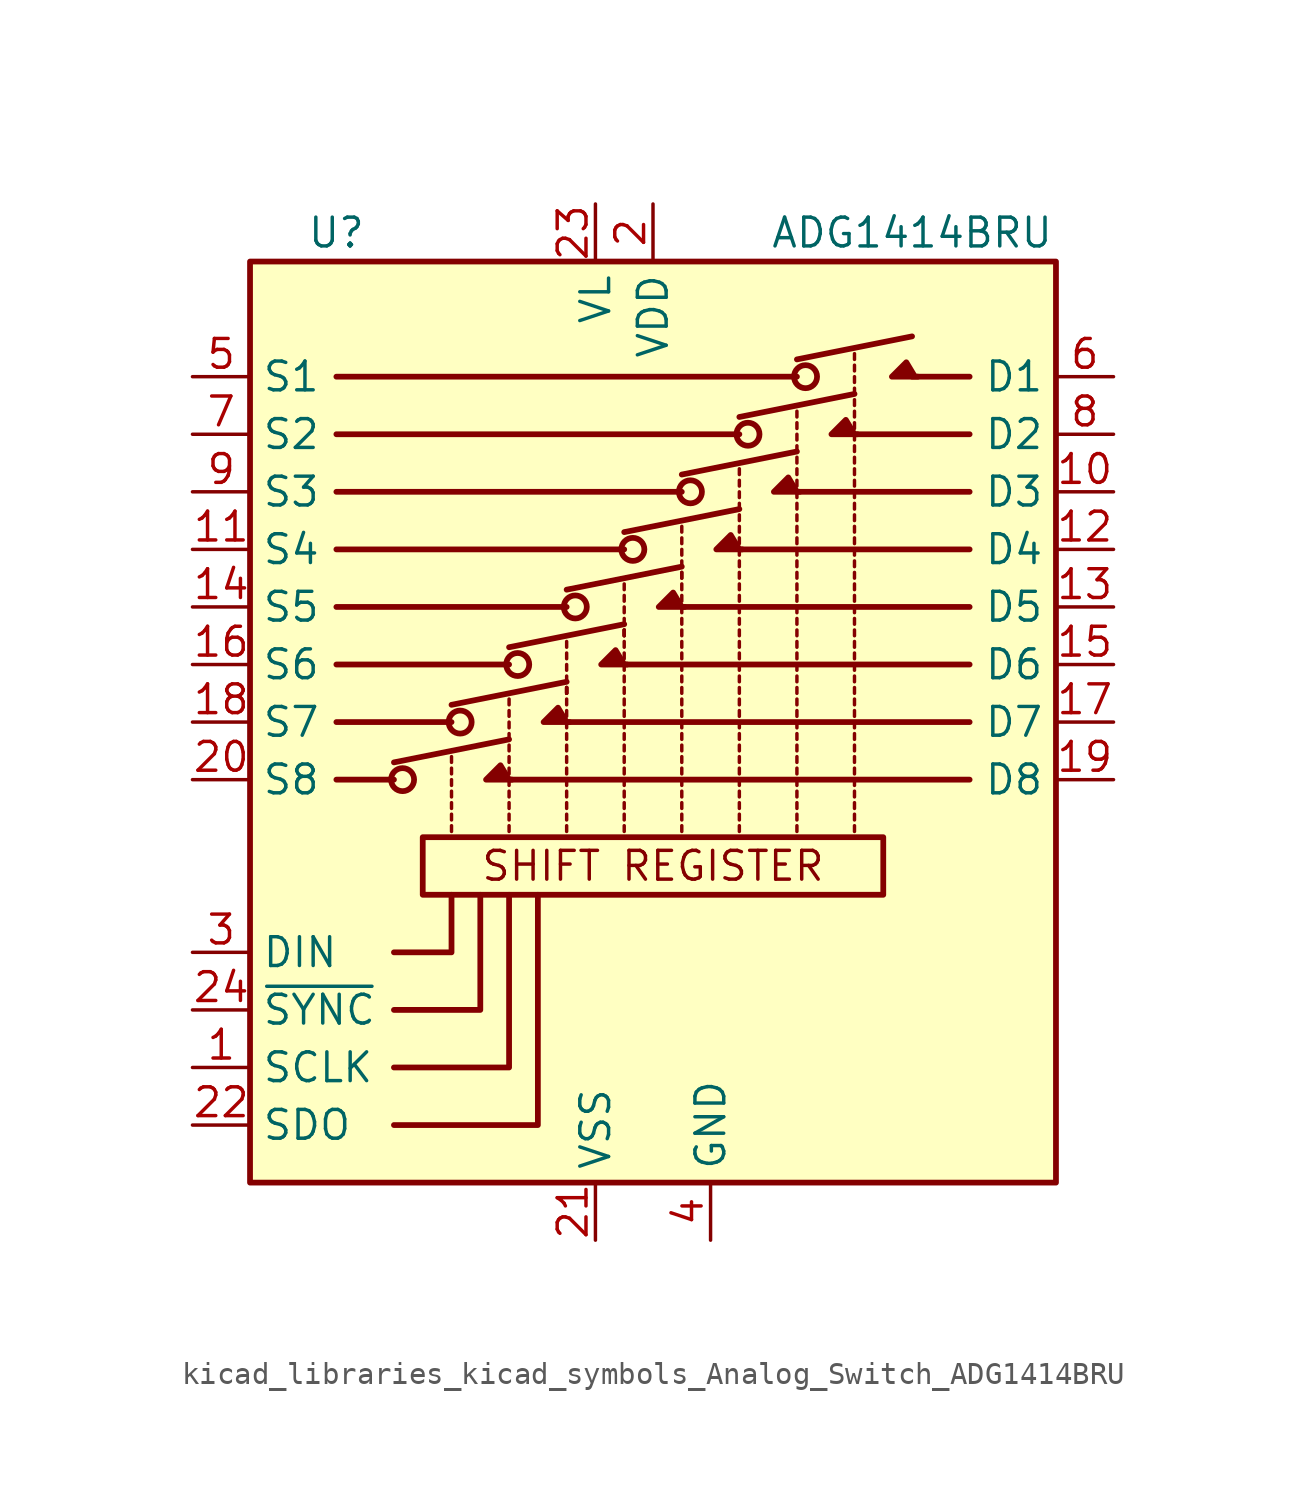
<source format=kicad_sym>
(kicad_symbol_lib
  (version 20220914)
  (generator kicad_symbol_editor)
  (symbol "kicad_libraries_kicad_symbols_Analog_Switch_ADG1414BRU"
    (property "Reference" "U"
      (at -13.97 21.59 0)
      (effects (font (size 1.27 1.27))))
    (property "Value" "ADG1414BRU"
      (at 11.43 21.59 0)
      (effects (font (size 1.27 1.27))))
    (symbol "kicad_libraries_kicad_symbols_Analog_Switch_ADG1414BRU_1_0"
      (polyline (pts (xy -11.43 -17.78) (xy -5.08 -17.78) (xy -5.08 -7.62)) (stroke (width 0.254) (type default)) (fill (type none)))
      (polyline (pts (xy -11.43 -15.24) (xy -6.35 -15.24) (xy -6.35 -7.62)) (stroke (width 0.254) (type default)) (fill (type none)))
      (polyline (pts (xy -11.43 -10.16) (xy -8.89 -10.16) (xy -8.89 -7.62)) (stroke (width 0.254) (type default)) (fill (type none)))
      (polyline (pts (xy -11.43 -12.7) (xy -7.62 -12.7) (xy -7.62 -10.16) (xy -7.62 -7.62)) (stroke (width 0.254) (type default)) (fill (type none)))
      (polyline (pts (xy -6.223 -2.54) (xy -7.366 -2.54) (xy -6.731 -1.905) (xy -6.35 -2.54)) (stroke (width 0.254) (type default)) (fill (type outline)))
      (polyline (pts (xy -3.683 0) (xy -4.826 0) (xy -4.191 0.635) (xy -3.81 0)) (stroke (width 0.254) (type default)) (fill (type outline)))
      (polyline (pts (xy -1.143 2.54) (xy -2.286 2.54) (xy -1.651 3.175) (xy -1.27 2.54)) (stroke (width 0.254) (type default)) (fill (type outline)))
      (polyline (pts (xy 1.397 5.08) (xy 0.254 5.08) (xy 0.889 5.715) (xy 1.27 5.08)) (stroke (width 0.254) (type default)) (fill (type outline)))
      (polyline (pts (xy 3.937 7.62) (xy 2.794 7.62) (xy 3.429 8.255) (xy 3.81 7.62)) (stroke (width 0.254) (type default)) (fill (type outline)))
      (polyline (pts (xy 6.477 10.16) (xy 5.334 10.16) (xy 5.969 10.795) (xy 6.35 10.16)) (stroke (width 0.254) (type default)) (fill (type outline)))
      (polyline (pts (xy 9.017 12.7) (xy 7.874 12.7) (xy 8.509 13.335) (xy 8.89 12.7)) (stroke (width 0.254) (type default)) (fill (type outline)))
      (polyline (pts (xy 11.684 15.24) (xy 10.541 15.24) (xy 11.176 15.875) (xy 11.557 15.24)) (stroke (width 0.254) (type default)) (fill (type outline)))
      (text "SHIFT REGISTER" (at 0 -6.35 0) (effects (font (size 1.27 1.27)))))
    (symbol "kicad_libraries_kicad_symbols_Analog_Switch_ADG1414BRU_1_1"
      (rectangle (start -17.78 -20.32) (end 17.78 20.32) (stroke (width 0.254) (type default)) (fill (type background)))
      (circle (center -11.049 -2.54) (radius 0.508) (stroke (width 0.254) (type default)) (fill (type none)))
      (rectangle (start -10.16 -5.08) (end 10.16 -7.62) (stroke (width 0.254) (type default)) (fill (type none)))
      (circle (center -8.509 0) (radius 0.508) (stroke (width 0.254) (type default)) (fill (type none)))
      (circle (center -5.969 2.54) (radius 0.508) (stroke (width 0.254) (type default)) (fill (type none)))
      (circle (center -3.429 5.08) (radius 0.508) (stroke (width 0.254) (type default)) (fill (type none)))
      (circle (center -0.889 7.62) (radius 0.508) (stroke (width 0.254) (type default)) (fill (type none)))
      (polyline (pts (xy -11.43 -2.54) (xy -13.97 -2.54)) (stroke (width 0.254) (type default)) (fill (type none)))
      (polyline (pts (xy -11.43 -1.778) (xy -6.35 -0.762)) (stroke (width 0.254) (type default)) (fill (type none)))
      (polyline (pts (xy -8.89 -4.826) (xy -8.89 -4.572)) (stroke (width 0) (type default)) (fill (type none)))
      (polyline (pts (xy -8.89 -4.318) (xy -8.89 -4.064)) (stroke (width 0) (type default)) (fill (type none)))
      (polyline (pts (xy -8.89 -3.81) (xy -8.89 -3.556)) (stroke (width 0) (type default)) (fill (type none)))
      (polyline (pts (xy -8.89 -3.302) (xy -8.89 -3.048)) (stroke (width 0) (type default)) (fill (type none)))
      (polyline (pts (xy -8.89 -2.794) (xy -8.89 -2.54)) (stroke (width 0) (type default)) (fill (type none)))
      (polyline (pts (xy -8.89 -2.286) (xy -8.89 -2.032)) (stroke (width 0) (type default)) (fill (type none)))
      (polyline (pts (xy -8.89 -1.778) (xy -8.89 -1.524)) (stroke (width 0) (type default)) (fill (type none)))
      (polyline (pts (xy -8.89 0) (xy -13.97 0)) (stroke (width 0.254) (type default)) (fill (type none)))
      (polyline (pts (xy -8.89 0.762) (xy -3.81 1.778)) (stroke (width 0.254) (type default)) (fill (type none)))
      (polyline (pts (xy -6.35 -4.826) (xy -6.35 -4.572)) (stroke (width 0) (type default)) (fill (type none)))
      (polyline (pts (xy -6.35 -4.318) (xy -6.35 -4.064)) (stroke (width 0) (type default)) (fill (type none)))
      (polyline (pts (xy -6.35 -3.81) (xy -6.35 -3.556)) (stroke (width 0) (type default)) (fill (type none)))
      (polyline (pts (xy -6.35 -3.302) (xy -6.35 -3.048)) (stroke (width 0) (type default)) (fill (type none)))
      (polyline (pts (xy -6.35 -2.794) (xy -6.35 -2.54)) (stroke (width 0) (type default)) (fill (type none)))
      (polyline (pts (xy -6.35 -2.54) (xy 13.97 -2.54)) (stroke (width 0.254) (type default)) (fill (type none)))
      (polyline (pts (xy -6.35 -2.286) (xy -6.35 -2.032)) (stroke (width 0) (type default)) (fill (type none)))
      (polyline (pts (xy -6.35 -1.778) (xy -6.35 -1.524)) (stroke (width 0) (type default)) (fill (type none)))
      (polyline (pts (xy -6.35 -1.27) (xy -6.35 -1.016)) (stroke (width 0) (type default)) (fill (type none)))
      (polyline (pts (xy -6.35 -0.762) (xy -6.35 -0.508)) (stroke (width 0) (type default)) (fill (type none)))
      (polyline (pts (xy -6.35 -0.254) (xy -6.35 0)) (stroke (width 0) (type default)) (fill (type none)))
      (polyline (pts (xy -6.35 0.254) (xy -6.35 0.508)) (stroke (width 0) (type default)) (fill (type none)))
      (polyline (pts (xy -6.35 0.762) (xy -6.35 1.016)) (stroke (width 0) (type default)) (fill (type none)))
      (polyline (pts (xy -6.35 2.54) (xy -13.97 2.54)) (stroke (width 0.254) (type default)) (fill (type none)))
      (polyline (pts (xy -6.35 3.302) (xy -1.27 4.318)) (stroke (width 0.254) (type default)) (fill (type none)))
      (polyline (pts (xy -3.81 -4.826) (xy -3.81 -4.572)) (stroke (width 0) (type default)) (fill (type none)))
      (polyline (pts (xy -3.81 -4.318) (xy -3.81 -4.064)) (stroke (width 0) (type default)) (fill (type none)))
      (polyline (pts (xy -3.81 -3.81) (xy -3.81 -3.556)) (stroke (width 0) (type default)) (fill (type none)))
      (polyline (pts (xy -3.81 -3.302) (xy -3.81 -3.048)) (stroke (width 0) (type default)) (fill (type none)))
      (polyline (pts (xy -3.81 -2.794) (xy -3.81 -2.54)) (stroke (width 0) (type default)) (fill (type none)))
      (polyline (pts (xy -3.81 -2.286) (xy -3.81 -2.032)) (stroke (width 0) (type default)) (fill (type none)))
      (polyline (pts (xy -3.81 -1.778) (xy -3.81 -1.524)) (stroke (width 0) (type default)) (fill (type none)))
      (polyline (pts (xy -3.81 -1.27) (xy -3.81 -1.016)) (stroke (width 0) (type default)) (fill (type none)))
      (polyline (pts (xy -3.81 -0.762) (xy -3.81 -0.508)) (stroke (width 0) (type default)) (fill (type none)))
      (polyline (pts (xy -3.81 -0.254) (xy -3.81 0)) (stroke (width 0) (type default)) (fill (type none)))
      (polyline (pts (xy -3.81 0) (xy 13.97 0)) (stroke (width 0.254) (type default)) (fill (type none)))
      (polyline (pts (xy -3.81 0.254) (xy -3.81 0.508)) (stroke (width 0) (type default)) (fill (type none)))
      (polyline (pts (xy -3.81 0.762) (xy -3.81 1.016)) (stroke (width 0) (type default)) (fill (type none)))
      (polyline (pts (xy -3.81 1.27) (xy -3.81 1.524)) (stroke (width 0) (type default)) (fill (type none)))
      (polyline (pts (xy -3.81 1.27) (xy -3.81 1.524)) (stroke (width 0) (type default)) (fill (type none)))
      (polyline (pts (xy -3.81 1.27) (xy -3.81 1.524)) (stroke (width 0) (type default)) (fill (type none)))
      (polyline (pts (xy -3.81 1.27) (xy -3.81 1.524)) (stroke (width 0) (type default)) (fill (type none)))
      (polyline (pts (xy -3.81 1.778) (xy -3.81 2.032)) (stroke (width 0) (type default)) (fill (type none)))
      (polyline (pts (xy -3.81 2.286) (xy -3.81 2.54)) (stroke (width 0) (type default)) (fill (type none)))
      (polyline (pts (xy -3.81 2.794) (xy -3.81 3.048)) (stroke (width 0) (type default)) (fill (type none)))
      (polyline (pts (xy -3.81 3.302) (xy -3.81 3.556)) (stroke (width 0) (type default)) (fill (type none)))
      (polyline (pts (xy -3.81 5.08) (xy -13.97 5.08)) (stroke (width 0.254) (type default)) (fill (type none)))
      (polyline (pts (xy -3.81 5.842) (xy 1.27 6.858)) (stroke (width 0.254) (type default)) (fill (type none)))
      (polyline (pts (xy -1.27 -4.826) (xy -1.27 -4.572)) (stroke (width 0) (type default)) (fill (type none)))
      (polyline (pts (xy -1.27 -4.318) (xy -1.27 -4.064)) (stroke (width 0) (type default)) (fill (type none)))
      (polyline (pts (xy -1.27 -3.81) (xy -1.27 -3.556)) (stroke (width 0) (type default)) (fill (type none)))
      (polyline (pts (xy -1.27 -3.302) (xy -1.27 -3.048)) (stroke (width 0) (type default)) (fill (type none)))
      (polyline (pts (xy -1.27 -2.794) (xy -1.27 -2.54)) (stroke (width 0) (type default)) (fill (type none)))
      (polyline (pts (xy -1.27 -2.286) (xy -1.27 -2.032)) (stroke (width 0) (type default)) (fill (type none)))
      (polyline (pts (xy -1.27 -1.778) (xy -1.27 -1.524)) (stroke (width 0) (type default)) (fill (type none)))
      (polyline (pts (xy -1.27 -1.27) (xy -1.27 -1.016)) (stroke (width 0) (type default)) (fill (type none)))
      (polyline (pts (xy -1.27 -0.762) (xy -1.27 -0.508)) (stroke (width 0) (type default)) (fill (type none)))
      (polyline (pts (xy -1.27 -0.254) (xy -1.27 0)) (stroke (width 0) (type default)) (fill (type none)))
      (polyline (pts (xy -1.27 0.254) (xy -1.27 0.508)) (stroke (width 0) (type default)) (fill (type none)))
      (polyline (pts (xy -1.27 0.762) (xy -1.27 1.016)) (stroke (width 0) (type default)) (fill (type none)))
      (polyline (pts (xy -1.27 1.27) (xy -1.27 1.524)) (stroke (width 0) (type default)) (fill (type none)))
      (polyline (pts (xy -1.27 1.778) (xy -1.27 2.032)) (stroke (width 0) (type default)) (fill (type none)))
      (polyline (pts (xy -1.27 2.286) (xy -1.27 2.54)) (stroke (width 0) (type default)) (fill (type none)))
      (polyline (pts (xy -1.27 2.54) (xy 13.97 2.54)) (stroke (width 0.254) (type default)) (fill (type none)))
      (polyline (pts (xy -1.27 2.794) (xy -1.27 3.048)) (stroke (width 0) (type default)) (fill (type none)))
      (polyline (pts (xy -1.27 3.302) (xy -1.27 3.556)) (stroke (width 0) (type default)) (fill (type none)))
      (polyline (pts (xy -1.27 3.81) (xy -1.27 4.064)) (stroke (width 0) (type default)) (fill (type none)))
      (polyline (pts (xy -1.27 3.81) (xy -1.27 4.064)) (stroke (width 0) (type default)) (fill (type none)))
      (polyline (pts (xy -1.27 3.81) (xy -1.27 4.064)) (stroke (width 0) (type default)) (fill (type none)))
      (polyline (pts (xy -1.27 4.318) (xy -1.27 4.572)) (stroke (width 0) (type default)) (fill (type none)))
      (polyline (pts (xy -1.27 4.826) (xy -1.27 5.08)) (stroke (width 0) (type default)) (fill (type none)))
      (polyline (pts (xy -1.27 5.334) (xy -1.27 5.588)) (stroke (width 0) (type default)) (fill (type none)))
      (polyline (pts (xy -1.27 5.842) (xy -1.27 6.096)) (stroke (width 0) (type default)) (fill (type none)))
      (polyline (pts (xy -1.27 7.62) (xy -13.97 7.62)) (stroke (width 0.254) (type default)) (fill (type none)))
      (polyline (pts (xy -1.27 8.382) (xy 3.81 9.398)) (stroke (width 0.254) (type default)) (fill (type none)))
      (polyline (pts (xy 1.27 -4.826) (xy 1.27 -4.572)) (stroke (width 0) (type default)) (fill (type none)))
      (polyline (pts (xy 1.27 -4.318) (xy 1.27 -4.064)) (stroke (width 0) (type default)) (fill (type none)))
      (polyline (pts (xy 1.27 -3.81) (xy 1.27 -3.556)) (stroke (width 0) (type default)) (fill (type none)))
      (polyline (pts (xy 1.27 -3.302) (xy 1.27 -3.048)) (stroke (width 0) (type default)) (fill (type none)))
      (polyline (pts (xy 1.27 -2.794) (xy 1.27 -2.54)) (stroke (width 0) (type default)) (fill (type none)))
      (polyline (pts (xy 1.27 -2.286) (xy 1.27 -2.032)) (stroke (width 0) (type default)) (fill (type none)))
      (polyline (pts (xy 1.27 -1.778) (xy 1.27 -1.524)) (stroke (width 0) (type default)) (fill (type none)))
      (polyline (pts (xy 1.27 -1.27) (xy 1.27 -1.016)) (stroke (width 0) (type default)) (fill (type none)))
      (polyline (pts (xy 1.27 -0.762) (xy 1.27 -0.508)) (stroke (width 0) (type default)) (fill (type none)))
      (polyline (pts (xy 1.27 -0.254) (xy 1.27 0)) (stroke (width 0) (type default)) (fill (type none)))
      (polyline (pts (xy 1.27 0.254) (xy 1.27 0.508)) (stroke (width 0) (type default)) (fill (type none)))
      (polyline (pts (xy 1.27 0.762) (xy 1.27 1.016)) (stroke (width 0) (type default)) (fill (type none)))
      (polyline (pts (xy 1.27 1.27) (xy 1.27 1.524)) (stroke (width 0) (type default)) (fill (type none)))
      (polyline (pts (xy 1.27 1.778) (xy 1.27 2.032)) (stroke (width 0) (type default)) (fill (type none)))
      (polyline (pts (xy 1.27 2.286) (xy 1.27 2.54)) (stroke (width 0) (type default)) (fill (type none)))
      (polyline (pts (xy 1.27 2.794) (xy 1.27 3.048)) (stroke (width 0) (type default)) (fill (type none)))
      (polyline (pts (xy 1.27 3.302) (xy 1.27 3.556)) (stroke (width 0) (type default)) (fill (type none)))
      (polyline (pts (xy 1.27 3.81) (xy 1.27 4.064)) (stroke (width 0) (type default)) (fill (type none)))
      (polyline (pts (xy 1.27 4.318) (xy 1.27 4.572)) (stroke (width 0) (type default)) (fill (type none)))
      (polyline (pts (xy 1.27 4.826) (xy 1.27 5.08)) (stroke (width 0) (type default)) (fill (type none)))
      (polyline (pts (xy 1.27 5.08) (xy 13.97 5.08)) (stroke (width 0.254) (type default)) (fill (type none)))
      (polyline (pts (xy 1.27 5.334) (xy 1.27 5.588)) (stroke (width 0) (type default)) (fill (type none)))
      (polyline (pts (xy 1.27 5.842) (xy 1.27 6.096)) (stroke (width 0) (type default)) (fill (type none)))
      (polyline (pts (xy 1.27 6.35) (xy 1.27 6.604)) (stroke (width 0) (type default)) (fill (type none)))
      (polyline (pts (xy 1.27 6.35) (xy 1.27 6.604)) (stroke (width 0) (type default)) (fill (type none)))
      (polyline (pts (xy 1.27 6.858) (xy 1.27 7.112)) (stroke (width 0) (type default)) (fill (type none)))
      (polyline (pts (xy 1.27 7.366) (xy 1.27 7.62)) (stroke (width 0) (type default)) (fill (type none)))
      (polyline (pts (xy 1.27 7.874) (xy 1.27 8.128)) (stroke (width 0) (type default)) (fill (type none)))
      (polyline (pts (xy 1.27 8.382) (xy 1.27 8.636)) (stroke (width 0) (type default)) (fill (type none)))
      (polyline (pts (xy 1.27 10.16) (xy -13.97 10.16)) (stroke (width 0.254) (type default)) (fill (type none)))
      (polyline (pts (xy 1.27 10.922) (xy 6.35 11.938)) (stroke (width 0.254) (type default)) (fill (type none)))
      (polyline (pts (xy 3.81 -4.826) (xy 3.81 -4.572)) (stroke (width 0) (type default)) (fill (type none)))
      (polyline (pts (xy 3.81 -4.318) (xy 3.81 -4.064)) (stroke (width 0) (type default)) (fill (type none)))
      (polyline (pts (xy 3.81 -3.81) (xy 3.81 -3.556)) (stroke (width 0) (type default)) (fill (type none)))
      (polyline (pts (xy 3.81 -3.302) (xy 3.81 -3.048)) (stroke (width 0) (type default)) (fill (type none)))
      (polyline (pts (xy 3.81 -2.794) (xy 3.81 -2.54)) (stroke (width 0) (type default)) (fill (type none)))
      (polyline (pts (xy 3.81 -2.286) (xy 3.81 -2.032)) (stroke (width 0) (type default)) (fill (type none)))
      (polyline (pts (xy 3.81 -1.778) (xy 3.81 -1.524)) (stroke (width 0) (type default)) (fill (type none)))
      (polyline (pts (xy 3.81 -1.27) (xy 3.81 -1.016)) (stroke (width 0) (type default)) (fill (type none)))
      (polyline (pts (xy 3.81 -0.762) (xy 3.81 -0.508)) (stroke (width 0) (type default)) (fill (type none)))
      (polyline (pts (xy 3.81 -0.254) (xy 3.81 0)) (stroke (width 0) (type default)) (fill (type none)))
      (polyline (pts (xy 3.81 0.254) (xy 3.81 0.508)) (stroke (width 0) (type default)) (fill (type none)))
      (polyline (pts (xy 3.81 0.762) (xy 3.81 1.016)) (stroke (width 0) (type default)) (fill (type none)))
      (polyline (pts (xy 3.81 1.27) (xy 3.81 1.524)) (stroke (width 0) (type default)) (fill (type none)))
      (polyline (pts (xy 3.81 1.778) (xy 3.81 2.032)) (stroke (width 0) (type default)) (fill (type none)))
      (polyline (pts (xy 3.81 2.286) (xy 3.81 2.54)) (stroke (width 0) (type default)) (fill (type none)))
      (polyline (pts (xy 3.81 2.794) (xy 3.81 3.048)) (stroke (width 0) (type default)) (fill (type none)))
      (polyline (pts (xy 3.81 3.302) (xy 3.81 3.556)) (stroke (width 0) (type default)) (fill (type none)))
      (polyline (pts (xy 3.81 3.81) (xy 3.81 4.064)) (stroke (width 0) (type default)) (fill (type none)))
      (polyline (pts (xy 3.81 4.318) (xy 3.81 4.572)) (stroke (width 0) (type default)) (fill (type none)))
      (polyline (pts (xy 3.81 4.826) (xy 3.81 5.08)) (stroke (width 0) (type default)) (fill (type none)))
      (polyline (pts (xy 3.81 5.334) (xy 3.81 5.588)) (stroke (width 0) (type default)) (fill (type none)))
      (polyline (pts (xy 3.81 5.842) (xy 3.81 6.096)) (stroke (width 0) (type default)) (fill (type none)))
      (polyline (pts (xy 3.81 6.35) (xy 3.81 6.604)) (stroke (width 0) (type default)) (fill (type none)))
      (polyline (pts (xy 3.81 6.858) (xy 3.81 7.112)) (stroke (width 0) (type default)) (fill (type none)))
      (polyline (pts (xy 3.81 7.366) (xy 3.81 7.62)) (stroke (width 0) (type default)) (fill (type none)))
      (polyline (pts (xy 3.81 7.62) (xy 13.97 7.62)) (stroke (width 0.254) (type default)) (fill (type none)))
      (polyline (pts (xy 3.81 7.874) (xy 3.81 8.128)) (stroke (width 0) (type default)) (fill (type none)))
      (polyline (pts (xy 3.81 8.382) (xy 3.81 8.636)) (stroke (width 0) (type default)) (fill (type none)))
      (polyline (pts (xy 3.81 8.89) (xy 3.81 9.144)) (stroke (width 0) (type default)) (fill (type none)))
      (polyline (pts (xy 3.81 9.398) (xy 3.81 9.652)) (stroke (width 0) (type default)) (fill (type none)))
      (polyline (pts (xy 3.81 9.906) (xy 3.81 10.16)) (stroke (width 0) (type default)) (fill (type none)))
      (polyline (pts (xy 3.81 10.414) (xy 3.81 10.668)) (stroke (width 0) (type default)) (fill (type none)))
      (polyline (pts (xy 3.81 10.922) (xy 3.81 11.176)) (stroke (width 0) (type default)) (fill (type none)))
      (polyline (pts (xy 3.81 12.7) (xy -13.97 12.7)) (stroke (width 0.254) (type default)) (fill (type none)))
      (polyline (pts (xy 3.81 13.462) (xy 8.89 14.478)) (stroke (width 0.254) (type default)) (fill (type none)))
      (polyline (pts (xy 6.35 -4.826) (xy 6.35 -4.572)) (stroke (width 0) (type default)) (fill (type none)))
      (polyline (pts (xy 6.35 -4.318) (xy 6.35 -4.064)) (stroke (width 0) (type default)) (fill (type none)))
      (polyline (pts (xy 6.35 -3.81) (xy 6.35 -3.556)) (stroke (width 0) (type default)) (fill (type none)))
      (polyline (pts (xy 6.35 -3.302) (xy 6.35 -3.048)) (stroke (width 0) (type default)) (fill (type none)))
      (polyline (pts (xy 6.35 -2.794) (xy 6.35 -2.54)) (stroke (width 0) (type default)) (fill (type none)))
      (polyline (pts (xy 6.35 -2.286) (xy 6.35 -2.032)) (stroke (width 0) (type default)) (fill (type none)))
      (polyline (pts (xy 6.35 -1.778) (xy 6.35 -1.524)) (stroke (width 0) (type default)) (fill (type none)))
      (polyline (pts (xy 6.35 -1.27) (xy 6.35 -1.016)) (stroke (width 0) (type default)) (fill (type none)))
      (polyline (pts (xy 6.35 -0.762) (xy 6.35 -0.508)) (stroke (width 0) (type default)) (fill (type none)))
      (polyline (pts (xy 6.35 -0.254) (xy 6.35 0)) (stroke (width 0) (type default)) (fill (type none)))
      (polyline (pts (xy 6.35 0.254) (xy 6.35 0.508)) (stroke (width 0) (type default)) (fill (type none)))
      (polyline (pts (xy 6.35 0.762) (xy 6.35 1.016)) (stroke (width 0) (type default)) (fill (type none)))
      (polyline (pts (xy 6.35 1.27) (xy 6.35 1.524)) (stroke (width 0) (type default)) (fill (type none)))
      (polyline (pts (xy 6.35 1.778) (xy 6.35 2.032)) (stroke (width 0) (type default)) (fill (type none)))
      (polyline (pts (xy 6.35 2.286) (xy 6.35 2.54)) (stroke (width 0) (type default)) (fill (type none)))
      (polyline (pts (xy 6.35 2.794) (xy 6.35 3.048)) (stroke (width 0) (type default)) (fill (type none)))
      (polyline (pts (xy 6.35 3.302) (xy 6.35 3.556)) (stroke (width 0) (type default)) (fill (type none)))
      (polyline (pts (xy 6.35 3.81) (xy 6.35 4.064)) (stroke (width 0) (type default)) (fill (type none)))
      (polyline (pts (xy 6.35 4.318) (xy 6.35 4.572)) (stroke (width 0) (type default)) (fill (type none)))
      (polyline (pts (xy 6.35 4.826) (xy 6.35 5.08)) (stroke (width 0) (type default)) (fill (type none)))
      (polyline (pts (xy 6.35 5.334) (xy 6.35 5.588)) (stroke (width 0) (type default)) (fill (type none)))
      (polyline (pts (xy 6.35 5.842) (xy 6.35 6.096)) (stroke (width 0) (type default)) (fill (type none)))
      (polyline (pts (xy 6.35 6.35) (xy 6.35 6.604)) (stroke (width 0) (type default)) (fill (type none)))
      (polyline (pts (xy 6.35 6.858) (xy 6.35 7.112)) (stroke (width 0) (type default)) (fill (type none)))
      (polyline (pts (xy 6.35 7.366) (xy 6.35 7.62)) (stroke (width 0) (type default)) (fill (type none)))
      (polyline (pts (xy 6.35 7.874) (xy 6.35 8.128)) (stroke (width 0) (type default)) (fill (type none)))
      (polyline (pts (xy 6.35 8.382) (xy 6.35 8.636)) (stroke (width 0) (type default)) (fill (type none)))
      (polyline (pts (xy 6.35 8.89) (xy 6.35 9.144)) (stroke (width 0) (type default)) (fill (type none)))
      (polyline (pts (xy 6.35 9.398) (xy 6.35 9.652)) (stroke (width 0) (type default)) (fill (type none)))
      (polyline (pts (xy 6.35 9.906) (xy 6.35 10.16)) (stroke (width 0) (type default)) (fill (type none)))
      (polyline (pts (xy 6.35 10.16) (xy 13.97 10.16)) (stroke (width 0.254) (type default)) (fill (type none)))
      (polyline (pts (xy 6.35 10.414) (xy 6.35 10.668)) (stroke (width 0) (type default)) (fill (type none)))
      (polyline (pts (xy 6.35 10.922) (xy 6.35 11.176)) (stroke (width 0) (type default)) (fill (type none)))
      (polyline (pts (xy 6.35 11.43) (xy 6.35 11.684)) (stroke (width 0) (type default)) (fill (type none)))
      (polyline (pts (xy 6.35 11.938) (xy 6.35 12.192)) (stroke (width 0) (type default)) (fill (type none)))
      (polyline (pts (xy 6.35 12.446) (xy 6.35 12.7)) (stroke (width 0) (type default)) (fill (type none)))
      (polyline (pts (xy 6.35 12.954) (xy 6.35 13.208)) (stroke (width 0) (type default)) (fill (type none)))
      (polyline (pts (xy 6.35 13.462) (xy 6.35 13.716)) (stroke (width 0) (type default)) (fill (type none)))
      (polyline (pts (xy 6.35 15.24) (xy -13.97 15.24)) (stroke (width 0.254) (type default)) (fill (type none)))
      (polyline (pts (xy 6.35 16.002) (xy 11.43 17.018)) (stroke (width 0.254) (type default)) (fill (type none)))
      (polyline (pts (xy 8.89 -4.826) (xy 8.89 -4.572)) (stroke (width 0) (type default)) (fill (type none)))
      (polyline (pts (xy 8.89 -4.318) (xy 8.89 -4.064)) (stroke (width 0) (type default)) (fill (type none)))
      (polyline (pts (xy 8.89 -3.81) (xy 8.89 -3.556)) (stroke (width 0) (type default)) (fill (type none)))
      (polyline (pts (xy 8.89 -3.302) (xy 8.89 -3.048)) (stroke (width 0) (type default)) (fill (type none)))
      (polyline (pts (xy 8.89 -2.794) (xy 8.89 -2.54)) (stroke (width 0) (type default)) (fill (type none)))
      (polyline (pts (xy 8.89 -2.286) (xy 8.89 -2.032)) (stroke (width 0) (type default)) (fill (type none)))
      (polyline (pts (xy 8.89 -1.778) (xy 8.89 -1.524)) (stroke (width 0) (type default)) (fill (type none)))
      (polyline (pts (xy 8.89 -1.27) (xy 8.89 -1.016)) (stroke (width 0) (type default)) (fill (type none)))
      (polyline (pts (xy 8.89 -0.762) (xy 8.89 -0.508)) (stroke (width 0) (type default)) (fill (type none)))
      (polyline (pts (xy 8.89 -0.254) (xy 8.89 0)) (stroke (width 0) (type default)) (fill (type none)))
      (polyline (pts (xy 8.89 0.254) (xy 8.89 0.508)) (stroke (width 0) (type default)) (fill (type none)))
      (polyline (pts (xy 8.89 0.762) (xy 8.89 1.016)) (stroke (width 0) (type default)) (fill (type none)))
      (polyline (pts (xy 8.89 1.27) (xy 8.89 1.524)) (stroke (width 0) (type default)) (fill (type none)))
      (polyline (pts (xy 8.89 1.778) (xy 8.89 2.032)) (stroke (width 0) (type default)) (fill (type none)))
      (polyline (pts (xy 8.89 2.286) (xy 8.89 2.54)) (stroke (width 0) (type default)) (fill (type none)))
      (polyline (pts (xy 8.89 2.794) (xy 8.89 3.048)) (stroke (width 0) (type default)) (fill (type none)))
      (polyline (pts (xy 8.89 3.302) (xy 8.89 3.556)) (stroke (width 0) (type default)) (fill (type none)))
      (polyline (pts (xy 8.89 3.81) (xy 8.89 4.064)) (stroke (width 0) (type default)) (fill (type none)))
      (polyline (pts (xy 8.89 4.318) (xy 8.89 4.572)) (stroke (width 0) (type default)) (fill (type none)))
      (polyline (pts (xy 8.89 4.826) (xy 8.89 5.08)) (stroke (width 0) (type default)) (fill (type none)))
      (polyline (pts (xy 8.89 5.334) (xy 8.89 5.588)) (stroke (width 0) (type default)) (fill (type none)))
      (polyline (pts (xy 8.89 5.842) (xy 8.89 6.096)) (stroke (width 0) (type default)) (fill (type none)))
      (polyline (pts (xy 8.89 6.35) (xy 8.89 6.604)) (stroke (width 0) (type default)) (fill (type none)))
      (polyline (pts (xy 8.89 6.858) (xy 8.89 7.112)) (stroke (width 0) (type default)) (fill (type none)))
      (polyline (pts (xy 8.89 7.366) (xy 8.89 7.62)) (stroke (width 0) (type default)) (fill (type none)))
      (polyline (pts (xy 8.89 7.874) (xy 8.89 8.128)) (stroke (width 0) (type default)) (fill (type none)))
      (polyline (pts (xy 8.89 8.382) (xy 8.89 8.636)) (stroke (width 0) (type default)) (fill (type none)))
      (polyline (pts (xy 8.89 8.89) (xy 8.89 9.144)) (stroke (width 0) (type default)) (fill (type none)))
      (polyline (pts (xy 8.89 9.398) (xy 8.89 9.652)) (stroke (width 0) (type default)) (fill (type none)))
      (polyline (pts (xy 8.89 9.906) (xy 8.89 10.16)) (stroke (width 0) (type default)) (fill (type none)))
      (polyline (pts (xy 8.89 10.414) (xy 8.89 10.668)) (stroke (width 0) (type default)) (fill (type none)))
      (polyline (pts (xy 8.89 10.922) (xy 8.89 11.176)) (stroke (width 0) (type default)) (fill (type none)))
      (polyline (pts (xy 8.89 11.43) (xy 8.89 11.684)) (stroke (width 0) (type default)) (fill (type none)))
      (polyline (pts (xy 8.89 11.938) (xy 8.89 12.192)) (stroke (width 0) (type default)) (fill (type none)))
      (polyline (pts (xy 8.89 12.446) (xy 8.89 12.7)) (stroke (width 0) (type default)) (fill (type none)))
      (polyline (pts (xy 8.89 12.7) (xy 13.97 12.7)) (stroke (width 0.254) (type default)) (fill (type none)))
      (polyline (pts (xy 8.89 12.954) (xy 8.89 13.208)) (stroke (width 0) (type default)) (fill (type none)))
      (polyline (pts (xy 8.89 13.462) (xy 8.89 13.716)) (stroke (width 0) (type default)) (fill (type none)))
      (polyline (pts (xy 8.89 13.97) (xy 8.89 14.224)) (stroke (width 0) (type default)) (fill (type none)))
      (polyline (pts (xy 8.89 14.478) (xy 8.89 14.732)) (stroke (width 0) (type default)) (fill (type none)))
      (polyline (pts (xy 8.89 14.986) (xy 8.89 15.24)) (stroke (width 0) (type default)) (fill (type none)))
      (polyline (pts (xy 8.89 15.494) (xy 8.89 15.748)) (stroke (width 0) (type default)) (fill (type none)))
      (polyline (pts (xy 8.89 16.002) (xy 8.89 16.256)) (stroke (width 0) (type default)) (fill (type none)))
      (polyline (pts (xy 11.43 15.24) (xy 13.97 15.24)) (stroke (width 0.254) (type default)) (fill (type none)))
      (circle (center 1.651 10.16) (radius 0.508) (stroke (width 0.254) (type default)) (fill (type none)))
      (circle (center 4.191 12.7) (radius 0.508) (stroke (width 0.254) (type default)) (fill (type none)))
      (circle (center 6.731 15.24) (radius 0.508) (stroke (width 0.254) (type default)) (fill (type none)))
      (pin input line (at -20.32 -15.24 0) (length 2.54) (name "SCLK" (effects (font (size 1.27 1.27)))) (number "1" (effects (font (size 1.27 1.27)))))
      (pin passive line (at 20.32 10.16 180) (length 2.54) (name "D3" (effects (font (size 1.27 1.27)))) (number "10" (effects (font (size 1.27 1.27)))))
      (pin passive line (at -20.32 7.62 0) (length 2.54) (name "S4" (effects (font (size 1.27 1.27)))) (number "11" (effects (font (size 1.27 1.27)))))
      (pin passive line (at 20.32 7.62 180) (length 2.54) (name "D4" (effects (font (size 1.27 1.27)))) (number "12" (effects (font (size 1.27 1.27)))))
      (pin passive line (at 20.32 5.08 180) (length 2.54) (name "D5" (effects (font (size 1.27 1.27)))) (number "13" (effects (font (size 1.27 1.27)))))
      (pin passive line (at -20.32 5.08 0) (length 2.54) (name "S5" (effects (font (size 1.27 1.27)))) (number "14" (effects (font (size 1.27 1.27)))))
      (pin passive line (at 20.32 2.54 180) (length 2.54) (name "D6" (effects (font (size 1.27 1.27)))) (number "15" (effects (font (size 1.27 1.27)))))
      (pin passive line (at -20.32 2.54 0) (length 2.54) (name "S6" (effects (font (size 1.27 1.27)))) (number "16" (effects (font (size 1.27 1.27)))))
      (pin passive line (at 20.32 0 180) (length 2.54) (name "D7" (effects (font (size 1.27 1.27)))) (number "17" (effects (font (size 1.27 1.27)))))
      (pin passive line (at -20.32 0 0) (length 2.54) (name "S7" (effects (font (size 1.27 1.27)))) (number "18" (effects (font (size 1.27 1.27)))))
      (pin passive line (at 20.32 -2.54 180) (length 2.54) (name "D8" (effects (font (size 1.27 1.27)))) (number "19" (effects (font (size 1.27 1.27)))))
      (pin power_in line (at 0 22.86 270) (length 2.54) (name "VDD" (effects (font (size 1.27 1.27)))) (number "2" (effects (font (size 1.27 1.27)))))
      (pin passive line (at -20.32 -2.54 0) (length 2.54) (name "S8" (effects (font (size 1.27 1.27)))) (number "20" (effects (font (size 1.27 1.27)))))
      (pin power_in line (at -2.54 -22.86 90) (length 2.54) (name "VSS" (effects (font (size 1.27 1.27)))) (number "21" (effects (font (size 1.27 1.27)))))
      (pin open_collector line (at -20.32 -17.78 0) (length 2.54) (name "SDO" (effects (font (size 1.27 1.27)))) (number "22" (effects (font (size 1.27 1.27)))))
      (pin power_in line (at -2.54 22.86 270) (length 2.54) (name "VL" (effects (font (size 1.27 1.27)))) (number "23" (effects (font (size 1.27 1.27)))))
      (pin input line (at -20.32 -12.7 0) (length 2.54) (name "~{SYNC}" (effects (font (size 1.27 1.27)))) (number "24" (effects (font (size 1.27 1.27)))))
      (pin input line (at -20.32 -10.16 0) (length 2.54) (name "DIN" (effects (font (size 1.27 1.27)))) (number "3" (effects (font (size 1.27 1.27)))))
      (pin power_in line (at 2.54 -22.86 90) (length 2.54) (name "GND" (effects (font (size 1.27 1.27)))) (number "4" (effects (font (size 1.27 1.27)))))
      (pin passive line (at -20.32 15.24 0) (length 2.54) (name "S1" (effects (font (size 1.27 1.27)))) (number "5" (effects (font (size 1.27 1.27)))))
      (pin passive line (at 20.32 15.24 180) (length 2.54) (name "D1" (effects (font (size 1.27 1.27)))) (number "6" (effects (font (size 1.27 1.27)))))
      (pin passive line (at -20.32 12.7 0) (length 2.54) (name "S2" (effects (font (size 1.27 1.27)))) (number "7" (effects (font (size 1.27 1.27)))))
      (pin passive line (at 20.32 12.7 180) (length 2.54) (name "D2" (effects (font (size 1.27 1.27)))) (number "8" (effects (font (size 1.27 1.27)))))
      (pin passive line (at -20.32 10.16 0) (length 2.54) (name "S3" (effects (font (size 1.27 1.27)))) (number "9" (effects (font (size 1.27 1.27))))))))
</source>
